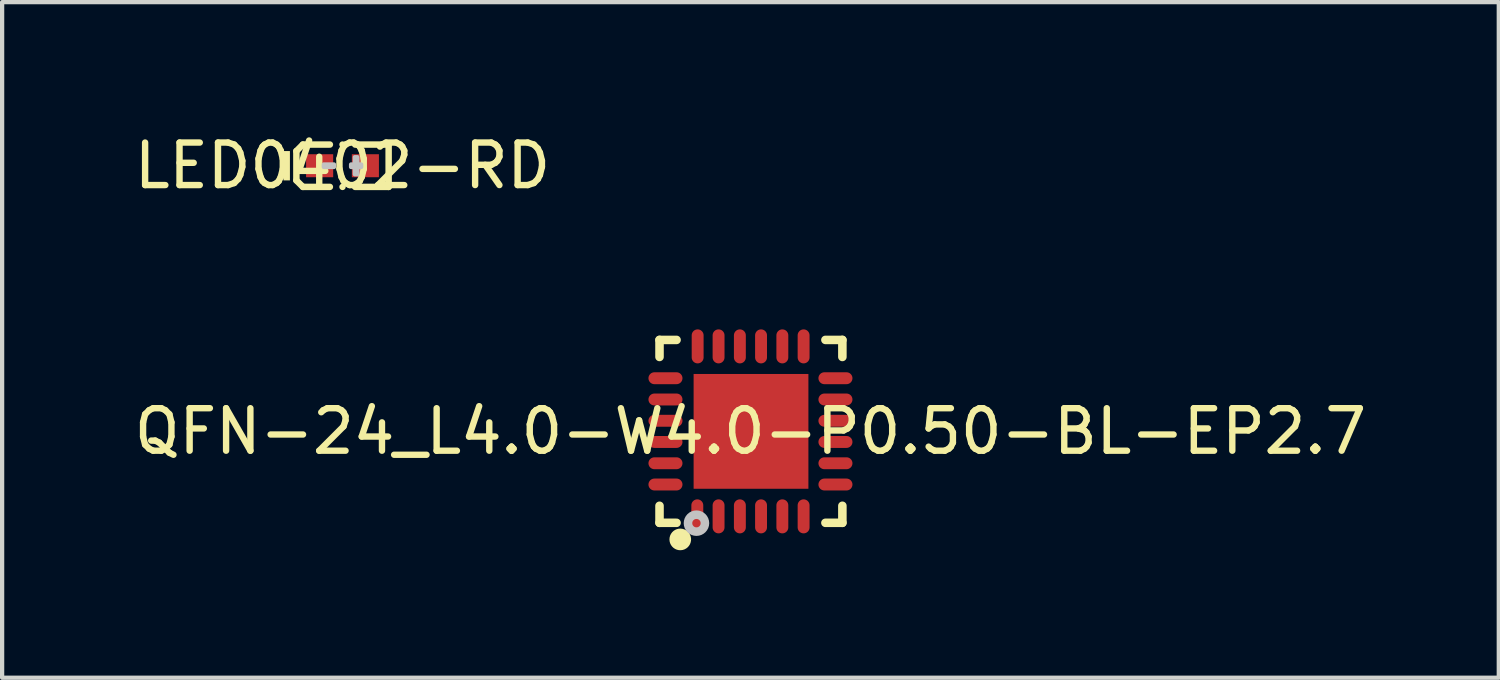
<source format=kicad_pcb>
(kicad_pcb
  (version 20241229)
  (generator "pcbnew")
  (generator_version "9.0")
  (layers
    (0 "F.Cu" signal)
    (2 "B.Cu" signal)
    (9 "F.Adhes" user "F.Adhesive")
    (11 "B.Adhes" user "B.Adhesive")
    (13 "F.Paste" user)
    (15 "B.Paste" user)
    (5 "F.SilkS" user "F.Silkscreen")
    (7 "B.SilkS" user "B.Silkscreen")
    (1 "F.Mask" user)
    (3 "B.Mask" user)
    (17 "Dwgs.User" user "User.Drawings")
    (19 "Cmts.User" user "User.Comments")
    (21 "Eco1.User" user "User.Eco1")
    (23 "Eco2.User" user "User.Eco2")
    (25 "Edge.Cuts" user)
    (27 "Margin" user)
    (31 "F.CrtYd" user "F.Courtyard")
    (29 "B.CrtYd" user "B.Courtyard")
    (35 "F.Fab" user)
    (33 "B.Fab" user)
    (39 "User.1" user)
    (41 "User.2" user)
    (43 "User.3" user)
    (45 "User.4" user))
  (footprint "LED0402-RD"
    (layer "F.Cu")
    (at 5.006 0.848)
    (property "Reference" "LED0402-RD" (at 0 0 0) (layer "F.SilkS") (effects (font (size 1 1) (thickness 0.15))))
    (fp_line (start -1.085 -0.345) (end -0.932 -0.498) (stroke (width 0.152) (type default)) (layer "F.SilkS"))
    (fp_line (start -1.085 0.345) (end -1.085 -0.345) (stroke (width 0.152) (type default)) (layer "F.SilkS"))
    (fp_line (start -0.932 -0.498) (end -0.297 -0.498) (stroke (width 0.152) (type default)) (layer "F.SilkS"))
    (fp_line (start -0.932 0.498) (end -1.085 0.345) (stroke (width 0.152) (type default)) (layer "F.SilkS"))
    (fp_line (start -0.297 0.498) (end -0.932 0.498) (stroke (width 0.152) (type default)) (layer "F.SilkS"))
    (fp_line (start 0.297 0.498) (end 1.085 0.498) (stroke (width 0.152) (type default)) (layer "F.SilkS"))
    (fp_line (start 1.085 -0.498) (end 0.297 -0.498) (stroke (width 0.152) (type default)) (layer "F.SilkS"))
    (fp_line (start 1.085 0.498) (end 1.085 -0.498) (stroke (width 0.152) (type default)) (layer "F.SilkS"))
    (fp_circle (center 0 -0.498) (end 0.038 -0.498) (stroke (width 0.076) (type default)) (fill no) (layer "F.SilkS"))
    (fp_circle (center 0 0.498) (end 0.038 0.498) (stroke (width 0.076) (type default)) (fill no) (layer "F.SilkS"))
    (fp_poly (pts (xy -1.237 0.345) (xy -1.237 -0.345) (xy -1.389 -0.345) (xy -1.389 0.345)) (stroke (width 0) (type default)) (fill yes) (layer "F.SilkS"))
    (fp_poly (pts (xy -0.198 0.231) (xy -0.198 -0.231) (xy -0.239 -0.269) (xy -0.816 -0.269) (xy -0.856 -0.231) (xy -0.856 0.231) (xy -0.816 0.269) (xy -0.239 0.269)) (stroke (width 0) (type default)) (fill yes) (layer "F.Paste"))
    (fp_poly (pts (xy 0.198 0.231) (xy 0.198 -0.231) (xy 0.239 -0.269) (xy 0.816 -0.269) (xy 0.856 -0.231) (xy 0.856 0.231) (xy 0.816 0.269) (xy 0.239 0.269)) (stroke (width 0) (type default)) (fill yes) (layer "F.Paste"))
    (fp_poly (pts (xy -0.44 0.03) (xy -0.44 -0.03) (xy -0.201 -0.03) (xy -0.201 0.03)) (stroke (width 0.1) (type default)) (fill no) (layer "Dwgs.User"))
    (fp_poly (pts (xy 0.35 0.201) (xy 0.35 -0.201) (xy 0.289 -0.201) (xy 0.289 0.201)) (stroke (width 0.1) (type default)) (fill no) (layer "Dwgs.User"))
    (fp_poly (pts (xy 0.44 0.03) (xy 0.44 -0.03) (xy 0.201 -0.03) (xy 0.201 0.03)) (stroke (width 0.1) (type default)) (fill no) (layer "Dwgs.User"))
    (fp_poly (pts (xy -0.5 0.249) (xy -0.5 -0.249) (xy -0.299 -0.249) (xy -0.299 0.249)) (stroke (width 0.1) (type default)) (fill no) (layer "User.1"))
    (fp_poly (pts (xy 0.5 0.249) (xy 0.5 -0.249) (xy 0.299 -0.249) (xy 0.299 0.249)) (stroke (width 0.1) (type default)) (fill no) (layer "User.1"))
    (fp_line (start -0.5 -0.249) (end 0.5 -0.249) (stroke (width 0.051) (type default)) (layer "User.2"))
    (fp_line (start -0.5 0.249) (end -0.5 -0.249) (stroke (width 0.051) (type default)) (layer "User.2"))
    (fp_line (start 0.5 -0.249) (end 0.5 0.249) (stroke (width 0.051) (type default)) (layer "User.2"))
    (fp_line (start 0.5 0.249) (end -0.5 0.249) (stroke (width 0.051) (type default)) (layer "User.2"))
    (fp_poly (pts (xy -0.444 0.226) (xy -0.477 0.193) (xy -0.524 0.193) (xy -0.557 0.226) (xy -0.557 0.272) (xy -0.524 0.305) (xy -0.477 0.305) (xy -0.444 0.272)) (stroke (width 0.1) (type default)) (fill no) (layer "User.3"))
    (pad "1" smd rect (at -0.538 0) (size 0.637 0.541) (layers "F.Cu" "F.Mask" "F.Paste"))
    (pad "2" smd rect (at 0.538 0) (size 0.637 0.541) (layers "F.Cu" "F.Mask" "F.Paste")))
  (footprint "QFN-24_L4.0-W4.0-P0.50-BL-EP2.7"
    (layer "F.Cu")
    (at 14.601 7.096)
    (property "Reference" "QFN-24_L4.0-W4.0-P0.50-BL-EP2.7" (at 0 0 0) (layer "F.SilkS") (effects (font (size 1 1) (thickness 0.15))))
    (fp_line (start -2.139 -2.151) (end -1.738 -2.151) (stroke (width 0.201) (type default)) (layer "F.SilkS"))
    (fp_line (start -2.139 -1.75) (end -2.139 -2.151) (stroke (width 0.201) (type default)) (layer "F.SilkS"))
    (fp_line (start -2.139 2.151) (end -2.139 1.75) (stroke (width 0.201) (type default)) (layer "F.SilkS"))
    (fp_line (start -1.738 2.151) (end -2.139 2.151) (stroke (width 0.201) (type default)) (layer "F.SilkS"))
    (fp_line (start 2.162 -2.151) (end 1.763 -2.151) (stroke (width 0.201) (type default)) (layer "F.SilkS"))
    (fp_line (start 2.162 -1.75) (end 2.162 -2.151) (stroke (width 0.201) (type default)) (layer "F.SilkS"))
    (fp_line (start 2.162 1.75) (end 2.162 2.151) (stroke (width 0.201) (type default)) (layer "F.SilkS"))
    (fp_line (start 2.162 2.151) (end 1.763 2.151) (stroke (width 0.201) (type default)) (layer "F.SilkS"))
    (fp_poly (pts (arc (start -1.397 2.54) (mid -1.905004 2.54175) (end -1.397 2.5425))) (stroke (width 0) (type default)) (fill yes) (layer "F.SilkS"))
    (fp_circle (center -1.27 2.159) (end -1.171 2.159) (stroke (width 0.201) (type default)) (fill no) (layer "Dwgs.User"))
    (fp_poly (pts (xy -1.999 -1.125) (xy -1.999 -1.374) (xy -1.6 -1.374) (xy -1.6 -1.125)) (stroke (width 0.1) (type default)) (fill no) (layer "User.1"))
    (fp_poly (pts (xy -1.999 -0.625) (xy -1.999 -0.876) (xy -1.6 -0.876) (xy -1.6 -0.625)) (stroke (width 0.1) (type default)) (fill no) (layer "User.1"))
    (fp_poly (pts (xy -1.999 -0.124) (xy -1.999 -0.376) (xy -1.6 -0.376) (xy -1.6 -0.124)) (stroke (width 0.1) (type default)) (fill no) (layer "User.1"))
    (fp_poly (pts (xy -1.999 0.376) (xy -1.999 0.124) (xy -1.6 0.124) (xy -1.6 0.376)) (stroke (width 0.1) (type default)) (fill no) (layer "User.1"))
    (fp_poly (pts (xy -1.999 0.876) (xy -1.999 0.625) (xy -1.6 0.625) (xy -1.6 0.876)) (stroke (width 0.1) (type default)) (fill no) (layer "User.1"))
    (fp_poly (pts (xy -1.999 1.374) (xy -1.999 1.125) (xy -1.6 1.125) (xy -1.6 1.374)) (stroke (width 0.1) (type default)) (fill no) (layer "User.1"))
    (fp_poly (pts (xy -1.374 1.999) (xy -1.374 1.6) (xy -1.125 1.6) (xy -1.125 1.999)) (stroke (width 0.1) (type default)) (fill no) (layer "User.1"))
    (fp_poly (pts (xy -1.367 -1.6) (xy -1.367 -1.999) (xy -1.117 -1.999) (xy -1.117 -1.6)) (stroke (width 0.1) (type default)) (fill no) (layer "User.1"))
    (fp_poly (pts (xy -0.876 -1.6) (xy -0.876 -1.999) (xy -0.625 -1.999) (xy -0.625 -1.6)) (stroke (width 0.1) (type default)) (fill no) (layer "User.1"))
    (fp_poly (pts (xy -0.876 1.999) (xy -0.876 1.6) (xy -0.625 1.6) (xy -0.625 1.999)) (stroke (width 0.1) (type default)) (fill no) (layer "User.1"))
    (fp_poly (pts (xy -0.376 -1.6) (xy -0.376 -1.999) (xy -0.124 -1.999) (xy -0.124 -1.6)) (stroke (width 0.1) (type default)) (fill no) (layer "User.1"))
    (fp_poly (pts (xy -0.376 1.999) (xy -0.376 1.6) (xy -0.124 1.6) (xy -0.124 1.999)) (stroke (width 0.1) (type default)) (fill no) (layer "User.1"))
    (fp_poly (pts (xy 0.124 -1.6) (xy 0.124 -1.999) (xy 0.376 -1.999) (xy 0.376 -1.6)) (stroke (width 0.1) (type default)) (fill no) (layer "User.1"))
    (fp_poly (pts (xy 0.124 1.999) (xy 0.124 1.6) (xy 0.376 1.6) (xy 0.376 1.999)) (stroke (width 0.1) (type default)) (fill no) (layer "User.1"))
    (fp_poly (pts (xy 0.625 -1.6) (xy 0.625 -1.999) (xy 0.876 -1.999) (xy 0.876 -1.6)) (stroke (width 0.1) (type default)) (fill no) (layer "User.1"))
    (fp_poly (pts (xy 0.625 1.999) (xy 0.625 1.6) (xy 0.876 1.6) (xy 0.876 1.999)) (stroke (width 0.1) (type default)) (fill no) (layer "User.1"))
    (fp_poly (pts (xy 1.125 -1.6) (xy 1.125 -1.999) (xy 1.374 -1.999) (xy 1.374 -1.6)) (stroke (width 0.1) (type default)) (fill no) (layer "User.1"))
    (fp_poly (pts (xy 1.125 1.999) (xy 1.125 1.6) (xy 1.374 1.6) (xy 1.374 1.999)) (stroke (width 0.1) (type default)) (fill no) (layer "User.1"))
    (fp_poly (pts (xy 1.6 -1.125) (xy 1.6 -1.374) (xy 1.999 -1.374) (xy 1.999 -1.125)) (stroke (width 0.1) (type default)) (fill no) (layer "User.1"))
    (fp_poly (pts (xy 1.6 -0.625) (xy 1.6 -0.876) (xy 1.999 -0.876) (xy 1.999 -0.625)) (stroke (width 0.1) (type default)) (fill no) (layer "User.1"))
    (fp_poly (pts (xy 1.6 -0.124) (xy 1.6 -0.376) (xy 1.999 -0.376) (xy 1.999 -0.124)) (stroke (width 0.1) (type default)) (fill no) (layer "User.1"))
    (fp_poly (pts (xy 1.6 0.376) (xy 1.6 0.124) (xy 1.999 0.124) (xy 1.999 0.376)) (stroke (width 0.1) (type default)) (fill no) (layer "User.1"))
    (fp_poly (pts (xy 1.6 0.876) (xy 1.6 0.625) (xy 1.999 0.625) (xy 1.999 0.876)) (stroke (width 0.1) (type default)) (fill no) (layer "User.1"))
    (fp_poly (pts (xy 1.6 1.374) (xy 1.6 1.125) (xy 1.999 1.125) (xy 1.999 1.374)) (stroke (width 0.1) (type default)) (fill no) (layer "User.1"))
    (fp_poly (pts (xy -1.349 1.049) (xy -1.349 -1.351) (xy 1.351 -1.351) (xy 1.351 1.349) (xy -1.049 1.349)) (stroke (width 0.1) (type default)) (fill no) (layer "User.1"))
    (fp_line (start -1.999 -1.999) (end 1.999 -1.999) (stroke (width 0.051) (type default)) (layer "User.2"))
    (fp_line (start -1.999 1.999) (end -1.999 -1.999) (stroke (width 0.051) (type default)) (layer "User.2"))
    (fp_line (start 1.999 -1.999) (end 1.999 1.999) (stroke (width 0.051) (type default)) (layer "User.2"))
    (fp_line (start 1.999 1.999) (end -1.999 1.999) (stroke (width 0.051) (type default)) (layer "User.2"))
    (fp_poly (pts (xy -1.943 1.976) (xy -1.976 1.943) (xy -2.022 1.943) (xy -2.055 1.976) (xy -2.055 2.022) (xy -2.022 2.055) (xy -1.976 2.055) (xy -1.943 2.022)) (stroke (width 0.1) (type default)) (fill no) (layer "User.3"))
    (pad "1" smd oval (at -1.25 1.999) (size 0.28 0.8) (layers "F.Cu" "F.Mask" "F.Paste"))
    (pad "2" smd oval (at -0.75 1.999) (size 0.28 0.8) (layers "F.Cu" "F.Mask" "F.Paste"))
    (pad "3" smd oval (at -0.249 1.999) (size 0.28 0.8) (layers "F.Cu" "F.Mask" "F.Paste"))
    (pad "4" smd oval (at 0.249 1.999) (size 0.28 0.8) (layers "F.Cu" "F.Mask" "F.Paste"))
    (pad "5" smd oval (at 0.75 1.999) (size 0.28 0.8) (layers "F.Cu" "F.Mask" "F.Paste"))
    (pad "6" smd oval (at 1.25 1.999) (size 0.28 0.8) (layers "F.Cu" "F.Mask" "F.Paste"))
    (pad "7" smd oval (at 1.999 1.25) (size 0.8 0.28) (layers "F.Cu" "F.Mask" "F.Paste"))
    (pad "8" smd oval (at 1.999 0.75) (size 0.8 0.28) (layers "F.Cu" "F.Mask" "F.Paste"))
    (pad "9" smd oval (at 1.999 0.249) (size 0.8 0.28) (layers "F.Cu" "F.Mask" "F.Paste"))
    (pad "10" smd oval (at 1.999 -0.249) (size 0.8 0.28) (layers "F.Cu" "F.Mask" "F.Paste"))
    (pad "11" smd oval (at 1.999 -0.75) (size 0.8 0.28) (layers "F.Cu" "F.Mask" "F.Paste"))
    (pad "12" smd oval (at 1.999 -1.25) (size 0.8 0.28) (layers "F.Cu" "F.Mask" "F.Paste"))
    (pad "13" smd oval (at 1.25 -1.999) (size 0.28 0.8) (layers "F.Cu" "F.Mask" "F.Paste"))
    (pad "14" smd oval (at 0.75 -1.999) (size 0.28 0.8) (layers "F.Cu" "F.Mask" "F.Paste"))
    (pad "15" smd oval (at 0.249 -1.999) (size 0.28 0.8) (layers "F.Cu" "F.Mask" "F.Paste"))
    (pad "16" smd oval (at -0.249 -1.999) (size 0.28 0.8) (layers "F.Cu" "F.Mask" "F.Paste"))
    (pad "17" smd oval (at -0.75 -1.999) (size 0.28 0.8) (layers "F.Cu" "F.Mask" "F.Paste"))
    (pad "18" smd oval (at -1.242 -1.999) (size 0.28 0.8) (layers "F.Cu" "F.Mask" "F.Paste"))
    (pad "19" smd oval (at -1.999 -1.25) (size 0.8 0.28) (layers "F.Cu" "F.Mask" "F.Paste"))
    (pad "20" smd oval (at -1.999 -0.75) (size 0.8 0.28) (layers "F.Cu" "F.Mask" "F.Paste"))
    (pad "21" smd oval (at -1.999 -0.249) (size 0.8 0.28) (layers "F.Cu" "F.Mask" "F.Paste"))
    (pad "22" smd oval (at -1.999 0.249) (size 0.8 0.28) (layers "F.Cu" "F.Mask" "F.Paste"))
    (pad "23" smd oval (at -1.999 0.75) (size 0.8 0.28) (layers "F.Cu" "F.Mask" "F.Paste"))
    (pad "24" smd oval (at -1.999 1.25) (size 0.8 0.28) (layers "F.Cu" "F.Mask" "F.Paste"))
    (pad "25" smd rect (at 0.013 0) (size 2.7 2.7) (layers "F.Cu" "F.Mask" "F.Paste")))
  (gr_rect
    (start -3 -3)
    (end 32.202 12.891)
    (stroke (width 0.1) (type default))
    (fill no)
    (layer "Edge.Cuts")))
</source>
